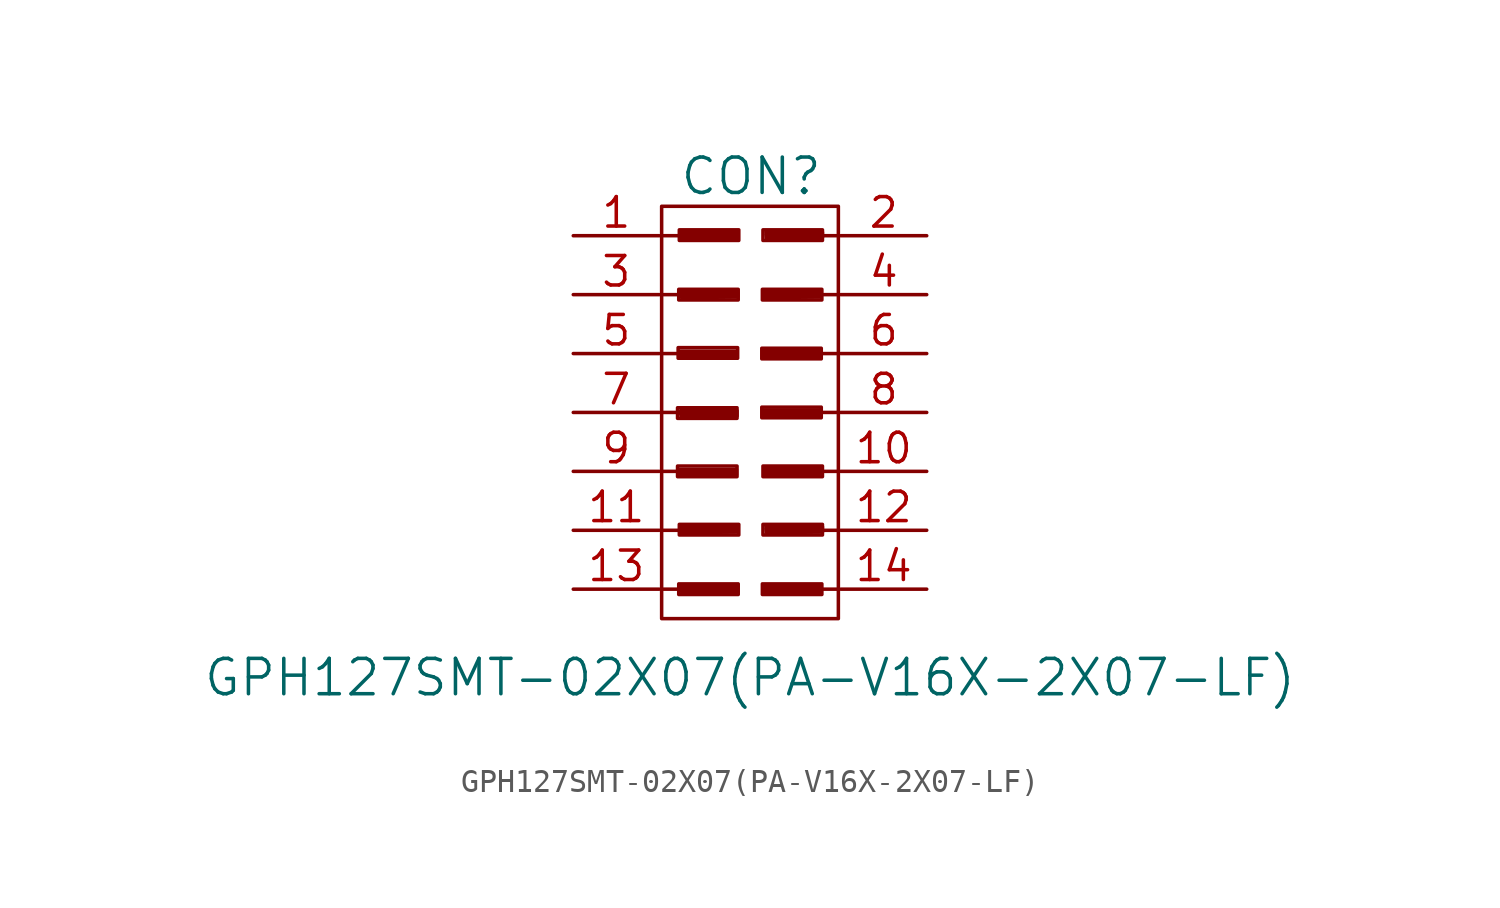
<source format=kicad_sym>
(kicad_symbol_lib
  (version 20220914)
  (generator kicad_symbol_editor)
  (symbol "GPH127SMT-02X07(PA-V16X-2X07-LF)"
    (pin_names
      (offset 1.016) hide)
    (property "Reference" "CON"
      (at 0.051 10.185 0)
      (effects (font (size 1.524 1.524))))
    (property "Value" "GPH127SMT-02X07(PA-V16X-2X07-LF)"
      (at 0 -11.43 0)
      (effects (font (size 1.524 1.524))))
    (property "Footprint" ""
      (at -0.203 1.346 0)
      (effects (font (size 1.524 1.524))))
    (property "Datasheet" ""
      (at -0.203 1.346 0)
      (effects (font (size 1.524 1.524))))
    (symbol "GPH127SMT-02X07(PA-V16X-2X07-LF)_0_0"
      (rectangle (start -3.124 -2.311) (end -0.559 -2.769) (stroke (width 0) (type solid)) (fill (type none)))
      (rectangle (start -3.124 0.203) (end -0.559 -0.254) (stroke (width 0) (type solid)) (fill (type none)))
      (rectangle (start -3.099 2.794) (end -0.533 2.337) (stroke (width 0) (type solid)) (fill (type none)))
      (rectangle (start -3.073 -7.391) (end -0.508 -7.849) (stroke (width 0) (type solid)) (fill (type none)))
      (rectangle (start -3.073 5.309) (end -0.508 4.851) (stroke (width 0) (type solid)) (fill (type none)))
      (rectangle (start -3.048 -4.826) (end -0.483 -5.283) (stroke (width 0) (type solid)) (fill (type none)))
      (rectangle (start -3.048 7.874) (end -0.483 7.417) (stroke (width 0) (type solid)) (fill (type none)))
      (polyline (pts (xy -3.023 -2.464) (xy -0.584 -2.464) (xy -0.584 -2.692) (xy -2.997 -2.718) (xy -3.023 -2.54) (xy -0.711 -2.54) (xy -0.711 -2.616) (xy -2.997 -2.565)) (stroke (width 0) (type solid)) (fill (type none)))
      (polyline (pts (xy -3.023 2.642) (xy -0.584 2.642) (xy -0.584 2.413) (xy -2.997 2.388) (xy -3.023 2.565) (xy -0.711 2.565) (xy -0.711 2.489) (xy -2.997 2.54)) (stroke (width 0) (type solid)) (fill (type none)))
      (polyline (pts (xy -2.997 0.076) (xy -0.559 0.076) (xy -0.559 -0.152) (xy -2.972 -0.178) (xy -2.997 0) (xy -0.686 0) (xy -0.686 -0.076) (xy -2.972 -0.025)) (stroke (width 0) (type solid)) (fill (type none)))
      (polyline (pts (xy -2.972 -7.493) (xy -0.533 -7.493) (xy -0.533 -7.722) (xy -2.946 -7.747) (xy -2.972 -7.569) (xy -0.66 -7.569) (xy -0.66 -7.645) (xy -2.946 -7.595)) (stroke (width 0) (type solid)) (fill (type none)))
      (polyline (pts (xy -2.972 5.207) (xy -0.533 5.207) (xy -0.533 4.978) (xy -2.946 4.953) (xy -2.972 5.131) (xy -0.66 5.131) (xy -0.66 5.055) (xy -2.946 5.105)) (stroke (width 0) (type solid)) (fill (type none)))
      (polyline (pts (xy -2.946 -4.928) (xy -0.508 -4.928) (xy -0.508 -5.156) (xy -2.921 -5.182) (xy -2.946 -5.004) (xy -0.635 -5.004) (xy -0.635 -5.08) (xy -2.921 -5.029)) (stroke (width 0) (type solid)) (fill (type none)))
      (polyline (pts (xy -2.946 7.772) (xy -0.508 7.772) (xy -0.508 7.544) (xy -2.921 7.518) (xy -2.946 7.696) (xy -0.635 7.696) (xy -0.635 7.62) (xy -2.921 7.671)) (stroke (width 0) (type solid)) (fill (type none)))
      (polyline (pts (xy 0.559 2.642) (xy 2.997 2.642) (xy 2.997 2.413) (xy 0.584 2.388) (xy 0.559 2.565) (xy 2.87 2.565) (xy 2.87 2.489) (xy 0.584 2.54)) (stroke (width 0) (type solid)) (fill (type none)))
      (polyline (pts (xy 0.584 -7.493) (xy 3.023 -7.493) (xy 3.023 -7.722) (xy 0.61 -7.747) (xy 0.584 -7.569) (xy 2.896 -7.569) (xy 2.896 -7.645) (xy 0.61 -7.595)) (stroke (width 0) (type solid)) (fill (type none)))
      (polyline (pts (xy 0.584 0.102) (xy 3.023 0.102) (xy 3.023 -0.127) (xy 0.61 -0.152) (xy 0.584 0.025) (xy 2.896 0.025) (xy 2.896 -0.051) (xy 0.61 0)) (stroke (width 0) (type solid)) (fill (type none)))
      (polyline (pts (xy 0.584 5.207) (xy 3.023 5.207) (xy 3.023 4.978) (xy 0.61 4.953) (xy 0.584 5.131) (xy 2.896 5.131) (xy 2.896 5.055) (xy 0.61 5.105)) (stroke (width 0) (type solid)) (fill (type none)))
      (polyline (pts (xy 0.635 -2.413) (xy 3.073 -2.413) (xy 3.073 -2.642) (xy 0.66 -2.667) (xy 0.635 -2.489) (xy 2.946 -2.489) (xy 2.946 -2.565) (xy 0.66 -2.515)) (stroke (width 0) (type solid)) (fill (type none)))
      (polyline (pts (xy 0.686 -4.928) (xy 3.124 -4.928) (xy 3.124 -5.156) (xy 0.711 -5.182) (xy 0.686 -5.004) (xy 2.997 -5.004) (xy 2.997 -5.08) (xy 0.711 -5.029)) (stroke (width 0) (type solid)) (fill (type none)))
      (polyline (pts (xy 0.686 7.772) (xy 3.124 7.772) (xy 3.124 7.544) (xy 0.711 7.518) (xy 0.686 7.696) (xy 2.997 7.696) (xy 2.997 7.62) (xy 0.711 7.671)) (stroke (width 0) (type solid)) (fill (type none)))
      (rectangle (start 0.508 0.229) (end 3.073 -0.229) (stroke (width 0) (type solid)) (fill (type none)))
      (rectangle (start 0.508 2.769) (end 3.073 2.311) (stroke (width 0) (type solid)) (fill (type none)))
      (rectangle (start 0.533 -7.391) (end 3.099 -7.849) (stroke (width 0) (type solid)) (fill (type none)))
      (rectangle (start 0.533 5.309) (end 3.099 4.851) (stroke (width 0) (type solid)) (fill (type none)))
      (rectangle (start 0.559 -4.826) (end 3.124 -5.283) (stroke (width 0) (type solid)) (fill (type none)))
      (rectangle (start 0.559 -2.311) (end 3.124 -2.769) (stroke (width 0) (type solid)) (fill (type none)))
      (rectangle (start 0.559 7.874) (end 3.124 7.417) (stroke (width 0) (type solid)) (fill (type none))))
    (symbol "GPH127SMT-02X07(PA-V16X-2X07-LF)_0_1"
      (rectangle (start -3.81 8.89) (end 3.81 -8.89) (stroke (width 0) (type solid)) (fill (type none)))
      (polyline (pts (xy -3.81 -7.62) (xy -3.048 -7.62)) (stroke (width 0) (type solid)) (fill (type none)))
      (polyline (pts (xy -3.81 -5.08) (xy -3.048 -5.08)) (stroke (width 0) (type solid)) (fill (type none)))
      (polyline (pts (xy -3.81 -2.54) (xy -3.048 -2.54)) (stroke (width 0) (type solid)) (fill (type none)))
      (polyline (pts (xy -3.81 0) (xy -3.048 0)) (stroke (width 0) (type solid)) (fill (type none)))
      (polyline (pts (xy -3.81 2.54) (xy -3.048 2.54)) (stroke (width 0) (type solid)) (fill (type none)))
      (polyline (pts (xy -3.81 5.08) (xy -3.048 5.08)) (stroke (width 0) (type solid)) (fill (type none)))
      (polyline (pts (xy -3.81 7.62) (xy -3.048 7.62)) (stroke (width 0) (type solid)) (fill (type none)))
      (polyline (pts (xy 3.81 -7.62) (xy 3.048 -7.62)) (stroke (width 0) (type solid)) (fill (type none)))
      (polyline (pts (xy 3.81 -5.08) (xy 3.048 -5.08)) (stroke (width 0) (type solid)) (fill (type none)))
      (polyline (pts (xy 3.81 -2.54) (xy 3.048 -2.54)) (stroke (width 0) (type solid)) (fill (type none)))
      (polyline (pts (xy 3.81 0) (xy 3.048 0)) (stroke (width 0) (type solid)) (fill (type none)))
      (polyline (pts (xy 3.81 2.54) (xy 3.048 2.54)) (stroke (width 0) (type solid)) (fill (type none)))
      (polyline (pts (xy 3.81 5.08) (xy 3.048 5.08)) (stroke (width 0) (type solid)) (fill (type none)))
      (polyline (pts (xy 3.81 7.62) (xy 3.048 7.62)) (stroke (width 0) (type solid)) (fill (type none))))
    (symbol "GPH127SMT-02X07(PA-V16X-2X07-LF)_1_1"
      (pin passive line (at -7.62 7.62 0) (length 3.708) (name "1" (effects (font (size 1.27 1.27)))) (number "1" (effects (font (size 1.27 1.27)))))
      (pin passive line (at 7.62 -2.54 180) (length 3.708) (name "10" (effects (font (size 1.27 1.27)))) (number "10" (effects (font (size 1.27 1.27)))))
      (pin passive line (at -7.62 -5.08 0) (length 3.708) (name "11" (effects (font (size 1.27 1.27)))) (number "11" (effects (font (size 1.27 1.27)))))
      (pin passive line (at 7.62 -5.08 180) (length 3.708) (name "12" (effects (font (size 1.27 1.27)))) (number "12" (effects (font (size 1.27 1.27)))))
      (pin passive line (at -7.62 -7.62 0) (length 3.708) (name "13" (effects (font (size 1.27 1.27)))) (number "13" (effects (font (size 1.27 1.27)))))
      (pin passive line (at 7.62 -7.62 180) (length 3.708) (name "14" (effects (font (size 1.27 1.27)))) (number "14" (effects (font (size 1.27 1.27)))))
      (pin passive line (at 7.62 7.62 180) (length 3.708) (name "2" (effects (font (size 1.27 1.27)))) (number "2" (effects (font (size 1.27 1.27)))))
      (pin passive line (at -7.62 5.08 0) (length 3.708) (name "3" (effects (font (size 1.27 1.27)))) (number "3" (effects (font (size 1.27 1.27)))))
      (pin passive line (at 7.62 5.08 180) (length 3.708) (name "4" (effects (font (size 1.27 1.27)))) (number "4" (effects (font (size 1.27 1.27)))))
      (pin passive line (at -7.62 2.54 0) (length 3.708) (name "5" (effects (font (size 1.27 1.27)))) (number "5" (effects (font (size 1.27 1.27)))))
      (pin passive line (at 7.62 2.54 180) (length 3.708) (name "6" (effects (font (size 1.27 1.27)))) (number "6" (effects (font (size 1.27 1.27)))))
      (pin passive line (at -7.62 0 0) (length 3.708) (name "7" (effects (font (size 1.27 1.27)))) (number "7" (effects (font (size 1.27 1.27)))))
      (pin passive line (at 7.62 0 180) (length 3.708) (name "8" (effects (font (size 1.27 1.27)))) (number "8" (effects (font (size 1.27 1.27)))))
      (pin passive line (at -7.62 -2.54 0) (length 3.708) (name "9" (effects (font (size 1.27 1.27)))) (number "9" (effects (font (size 1.27 1.27))))))))
</source>
